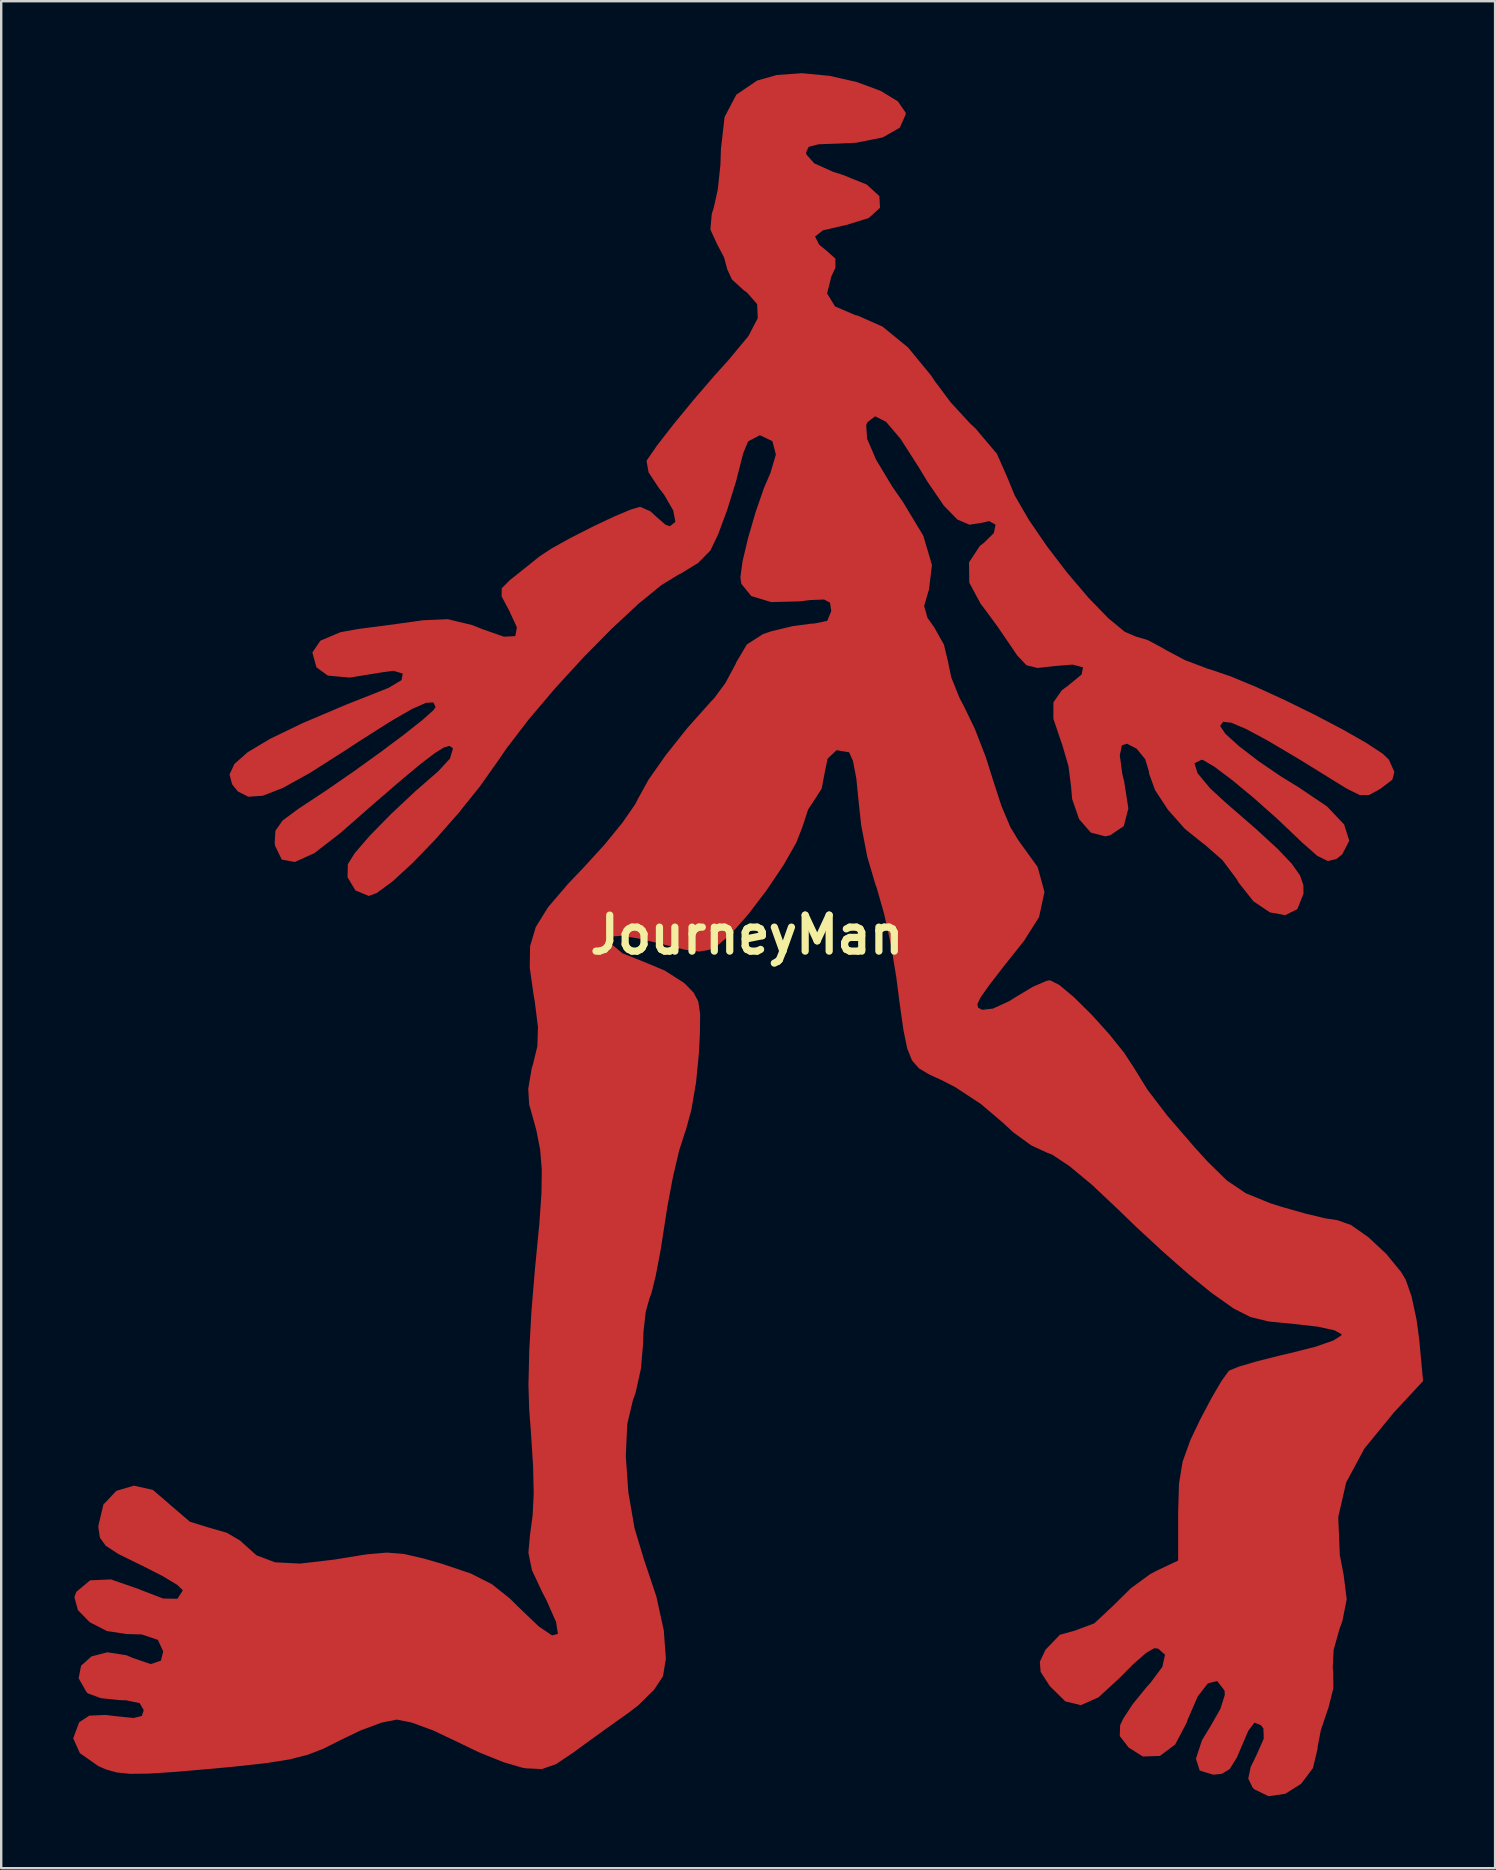
<source format=kicad_pcb>
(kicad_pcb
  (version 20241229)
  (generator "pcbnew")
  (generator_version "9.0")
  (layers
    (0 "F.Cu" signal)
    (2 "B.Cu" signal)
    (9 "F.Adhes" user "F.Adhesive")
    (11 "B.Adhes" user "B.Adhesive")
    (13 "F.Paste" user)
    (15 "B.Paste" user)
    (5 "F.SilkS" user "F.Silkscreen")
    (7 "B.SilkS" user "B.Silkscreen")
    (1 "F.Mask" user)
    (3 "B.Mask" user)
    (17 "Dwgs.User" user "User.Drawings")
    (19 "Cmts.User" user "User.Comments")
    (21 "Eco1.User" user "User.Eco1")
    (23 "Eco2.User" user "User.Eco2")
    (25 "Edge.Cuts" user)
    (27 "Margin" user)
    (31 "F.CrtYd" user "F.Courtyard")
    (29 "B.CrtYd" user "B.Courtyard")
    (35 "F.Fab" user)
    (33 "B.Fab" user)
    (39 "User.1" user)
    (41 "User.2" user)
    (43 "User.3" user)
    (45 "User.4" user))
  (footprint "JourneyMan"
    (layer "F.Cu")
    (at 28.069 35.901)
    (property "Reference" "JourneyMan" (at 0 0 0) (layer "F.SilkS") (effects (font (size 1.5 1.5) (thickness 0.3))))
    (attr board_only exclude_from_pos_files exclude_from_bom)
    (fp_poly (pts (xy 3.451 -35.79) (xy 4.584 -35.532) (xy 5.573 -35.165) (xy 6.291 -34.729) (xy 6.614 -34.26) (xy 6.62 -34.186) (xy 6.368 -33.628) (xy 5.657 -33.224) (xy 4.551 -33.003) (xy 3.831 -32.97) (xy 2.989 -32.94) (xy 2.572 -32.832) (xy 2.468 -32.606) (xy 2.48 -32.515) (xy 2.808 -32.144) (xy 3.602 -31.787) (xy 3.968 -31.675) (xy 4.993 -31.263) (xy 5.52 -30.781) (xy 5.547 -30.293) (xy 5.075 -29.866) (xy 4.1 -29.565) (xy 4.012 -29.55) (xy 3.167 -29.353) (xy 2.841 -29.096) (xy 3.014 -28.752) (xy 3.288 -28.533) (xy 3.688 -28.175) (xy 3.688 -27.792) (xy 3.522 -27.443) (xy 3.343 -26.723) (xy 3.674 -26.183) (xy 4.513 -25.824) (xy 4.619 -25.8) (xy 5.652 -25.343) (xy 6.715 -24.474) (xy 7.682 -23.296) (xy 7.818 -23.089) (xy 8.487 -22.192) (xy 9.296 -21.312) (xy 9.525 -21.1) (xy 10.418 -20.043) (xy 10.828 -19.115) (xy 11.161 -18.305) (xy 11.744 -17.299) (xy 12.501 -16.191) (xy 13.356 -15.075) (xy 14.232 -14.046) (xy 15.053 -13.198) (xy 15.743 -12.628) (xy 16.21 -12.428) (xy 16.699 -12.284) (xy 17.351 -11.935) (xy 17.429 -11.885) (xy 18.252 -11.447) (xy 19.201 -11.088) (xy 19.32 -11.054) (xy 20.142 -10.775) (xy 21.213 -10.331) (xy 22.424 -9.776) (xy 23.666 -9.166) (xy 24.83 -8.555) (xy 25.806 -7.999) (xy 26.485 -7.553) (xy 26.747 -7.303) (xy 26.979 -6.789) (xy 26.893 -6.464) (xy 26.421 -6.104) (xy 26.366 -6.068) (xy 25.923 -5.826) (xy 25.534 -5.826) (xy 24.993 -6.093) (xy 24.678 -6.287) (xy 22.994 -7.328) (xy 21.714 -8.086) (xy 20.79 -8.583) (xy 20.181 -8.839) (xy 19.841 -8.876) (xy 19.726 -8.717) (xy 19.726 -8.692) (xy 19.938 -8.375) (xy 20.502 -7.865) (xy 21.306 -7.247) (xy 22.239 -6.609) (xy 22.968 -6.162) (xy 24.172 -5.351) (xy 24.885 -4.598) (xy 25.099 -3.923) (xy 24.801 -3.346) (xy 24.554 -3.158) (xy 24.208 -3.075) (xy 23.767 -3.291) (xy 23.116 -3.865) (xy 23.04 -3.94) (xy 22.081 -4.85) (xy 21.103 -5.717) (xy 20.203 -6.462) (xy 19.474 -7.009) (xy 19.012 -7.28) (xy 18.94 -7.296) (xy 18.65 -7.149) (xy 18.776 -6.739) (xy 19.292 -6.115) (xy 19.914 -5.539) (xy 21.191 -4.431) (xy 22.101 -3.596) (xy 22.7 -2.967) (xy 23.043 -2.482) (xy 23.187 -2.075) (xy 23.191 -1.714) (xy 22.936 -1.073) (xy 22.435 -0.821) (xy 21.791 -0.937) (xy 21.108 -1.396) (xy 20.488 -2.178) (xy 20.407 -2.321) (xy 19.817 -3.112) (xy 19.058 -3.776) (xy 18.995 -3.817) (xy 18.249 -4.417) (xy 17.545 -5.211) (xy 17.006 -6.033) (xy 16.758 -6.719) (xy 16.753 -6.799) (xy 16.598 -7.316) (xy 16.241 -7.756) (xy 15.84 -7.965) (xy 15.625 -7.897) (xy 15.538 -7.486) (xy 15.639 -6.719) (xy 15.721 -6.382) (xy 15.894 -5.266) (xy 15.704 -4.531) (xy 15.14 -4.15) (xy 14.928 -4.105) (xy 14.33 -4.261) (xy 13.841 -4.824) (xy 13.552 -5.662) (xy 13.511 -6.149) (xy 13.401 -7.023) (xy 13.133 -7.945) (xy 13.105 -8.013) (xy 12.771 -9.002) (xy 12.771 -9.684) (xy 13.118 -10.186) (xy 13.376 -10.378) (xy 13.945 -10.845) (xy 14.006 -11.146) (xy 13.573 -11.261) (xy 12.856 -11.203) (xy 12.106 -11.12) (xy 11.65 -11.233) (xy 11.264 -11.641) (xy 10.978 -12.064) (xy 10.421 -12.878) (xy 9.874 -13.62) (xy 9.747 -13.781) (xy 9.267 -14.675) (xy 9.256 -15.52) (xy 9.71 -16.209) (xy 9.871 -16.329) (xy 10.29 -16.74) (xy 10.361 -17.092) (xy 10.096 -17.238) (xy 9.797 -17.171) (xy 9.275 -17.089) (xy 8.768 -17.306) (xy 8.209 -17.88) (xy 7.534 -18.866) (xy 7.173 -19.463) (xy 6.401 -20.669) (xy 5.796 -21.379) (xy 5.344 -21.606) (xy 5.028 -21.363) (xy 4.971 -21.236) (xy 5.008 -20.675) (xy 5.385 -19.793) (xy 6.071 -18.656) (xy 6.5 -18.041) (xy 7.351 -16.629) (xy 7.711 -15.411) (xy 7.585 -14.37) (xy 7.564 -14.316) (xy 7.386 -13.703) (xy 7.525 -13.209) (xy 7.808 -12.81) (xy 8.21 -12.092) (xy 8.38 -11.381) (xy 8.38 -11.38) (xy 8.515 -10.73) (xy 8.854 -9.886) (xy 9.068 -9.474) (xy 9.504 -8.569) (xy 9.953 -7.409) (xy 10.276 -6.389) (xy 10.609 -5.364) (xy 10.98 -4.485) (xy 11.309 -3.942) (xy 11.31 -3.941) (xy 12.114 -2.829) (xy 12.4 -1.787) (xy 12.174 -0.741) (xy 11.552 0.243) (xy 10.668 1.357) (xy 10.078 2.121) (xy 9.738 2.606) (xy 9.604 2.885) (xy 9.632 3.03) (xy 9.779 3.113) (xy 9.807 3.123) (xy 10.252 3.073) (xy 10.916 2.77) (xy 11.217 2.583) (xy 11.918 2.162) (xy 12.486 1.917) (xy 12.629 1.891) (xy 13.017 2.087) (xy 13.628 2.599) (xy 14.353 3.315) (xy 15.085 4.124) (xy 15.718 4.913) (xy 16.127 5.539) (xy 16.69 6.45) (xy 17.513 7.529) (xy 18.657 8.854) (xy 19.185 9.436) (xy 19.998 10.234) (xy 20.792 10.768) (xy 21.804 11.181) (xy 22.253 11.324) (xy 23.248 11.607) (xy 24.09 11.81) (xy 24.602 11.889) (xy 24.608 11.889) (xy 25.17 12.088) (xy 25.896 12.599) (xy 26.64 13.293) (xy 27.253 14.04) (xy 27.451 14.369) (xy 27.693 15.06) (xy 27.905 16.047) (xy 28.014 16.868) (xy 28.175 18.59) (xy 26.957 19.901) (xy 25.73 21.403) (xy 24.969 22.818) (xy 24.639 24.26) (xy 24.705 25.841) (xy 24.866 26.678) (xy 24.992 27.679) (xy 24.81 28.599) (xy 24.695 28.907) (xy 24.448 29.79) (xy 24.409 30.556) (xy 24.43 30.667) (xy 24.437 31.381) (xy 24.225 32.23) (xy 24.189 32.321) (xy 23.917 33.125) (xy 23.782 33.824) (xy 23.779 33.908) (xy 23.585 34.719) (xy 23.093 35.372) (xy 22.433 35.788) (xy 21.736 35.889) (xy 21.135 35.597) (xy 21.071 35.526) (xy 20.89 35.155) (xy 20.992 34.669) (xy 21.232 34.18) (xy 21.536 33.489) (xy 21.522 33.069) (xy 21.419 32.93) (xy 21.147 32.823) (xy 20.891 33.164) (xy 20.79 33.398) (xy 20.416 34.276) (xy 20.116 34.757) (xy 19.79 34.957) (xy 19.43 34.993) (xy 18.868 34.819) (xy 18.71 34.328) (xy 18.96 33.562) (xy 19.328 32.954) (xy 19.731 32.247) (xy 19.914 31.664) (xy 19.901 31.487) (xy 19.596 31.091) (xy 19.21 31.184) (xy 18.786 31.73) (xy 18.367 32.693) (xy 18.317 32.84) (xy 17.846 33.732) (xy 17.208 34.211) (xy 16.5 34.235) (xy 15.91 33.864) (xy 15.536 33.385) (xy 15.551 32.938) (xy 15.678 32.661) (xy 16.078 32.051) (xy 16.66 31.336) (xy 16.816 31.165) (xy 17.312 30.496) (xy 17.422 29.993) (xy 17.136 29.739) (xy 16.973 29.723) (xy 16.649 29.908) (xy 16.097 30.388) (xy 15.53 30.962) (xy 14.649 31.77) (xy 13.919 32.094) (xy 13.272 31.94) (xy 12.635 31.315) (xy 12.598 31.265) (xy 12.239 30.708) (xy 12.207 30.287) (xy 12.443 29.784) (xy 13.043 29.162) (xy 13.643 28.997) (xy 14.475 28.688) (xy 15.27 27.944) (xy 15.995 27.228) (xy 16.799 26.639) (xy 17.036 26.511) (xy 17.969 26.07) (xy 17.969 24.046) (xy 18.005 22.866) (xy 18.153 21.956) (xy 18.478 21.052) (xy 18.883 20.202) (xy 19.364 19.291) (xy 19.789 18.567) (xy 20.076 18.173) (xy 20.098 18.154) (xy 20.489 17.993) (xy 21.264 17.765) (xy 22.279 17.51) (xy 22.638 17.428) (xy 23.698 17.159) (xy 24.441 16.9) (xy 24.772 16.686) (xy 24.778 16.64) (xy 24.481 16.477) (xy 23.789 16.326) (xy 22.849 16.217) (xy 22.788 16.213) (xy 21.742 16.11) (xy 20.981 15.924) (xy 20.28 15.568) (xy 19.418 14.958) (xy 19.296 14.866) (xy 18.418 14.152) (xy 17.327 13.193) (xy 16.185 12.136) (xy 15.469 11.442) (xy 14.381 10.417) (xy 13.441 9.636) (xy 12.731 9.165) (xy 12.472 9.061) (xy 11.849 8.773) (xy 11.09 8.22) (xy 10.652 7.815) (xy 9.756 7.052) (xy 8.682 6.346) (xy 8.187 6.09) (xy 7.591 5.814) (xy 7.171 5.563) (xy 6.883 5.237) (xy 6.682 4.739) (xy 6.524 3.97) (xy 6.363 2.833) (xy 6.227 1.775) (xy 6.011 0.457) (xy 5.721 -0.867) (xy 5.411 -1.953) (xy 5.343 -2.143) (xy 5.017 -3.249) (xy 4.763 -4.566) (xy 4.657 -5.539) (xy 4.562 -6.503) (xy 4.421 -7.243) (xy 4.262 -7.603) (xy 4.256 -7.608) (xy 3.738 -7.694) (xy 3.362 -7.339) (xy 3.243 -6.759) (xy 3.115 -6.092) (xy 2.865 -5.698) (xy 2.551 -5.223) (xy 2.322 -4.519) (xy 2.321 -4.516) (xy 2.055 -3.833) (xy 1.521 -2.899) (xy 0.823 -1.861) (xy 0.063 -0.862) (xy -0.655 -0.048) (xy -1.177 0.405) (xy -1.576 0.625) (xy -1.99 0.697) (xy -2.581 0.62) (xy -3.513 0.391) (xy -3.612 0.365) (xy -4.527 0.15) (xy -5.225 0.042) (xy -5.557 0.062) (xy -5.557 0.063) (xy -5.615 0.406) (xy -5.183 0.77) (xy -4.31 1.117) (xy -4.302 1.119) (xy -3.419 1.49) (xy -2.645 1.984) (xy -2.547 2.069) (xy -2.216 2.412) (xy -2.025 2.776) (xy -1.948 3.301) (xy -1.957 4.128) (xy -1.999 4.928) (xy -2.117 6.138) (xy -2.312 7.285) (xy -2.546 8.147) (xy -2.583 8.241) (xy -2.823 8.991) (xy -3.082 10.092) (xy -3.319 11.359) (xy -3.414 11.978) (xy -3.6 13.169) (xy -3.797 14.197) (xy -3.973 14.917) (xy -4.055 15.136) (xy -4.212 15.693) (xy -4.309 16.542) (xy -4.323 17.014) (xy -4.412 18.062) (xy -4.636 19.077) (xy -4.751 19.396) (xy -4.986 20.391) (xy -5.045 21.723) (xy -4.939 23.223) (xy -4.681 24.72) (xy -4.282 26.046) (xy -4.28 26.051) (xy -3.771 27.569) (xy -3.462 28.981) (xy -3.375 30.16) (xy -3.496 30.894) (xy -3.871 31.458) (xy -4.526 32.102) (xy -4.921 32.407) (xy -5.888 33.093) (xy -6.909 33.833) (xy -7.208 34.054) (xy -7.957 34.555) (xy -8.542 34.757) (xy -9.192 34.728) (xy -9.37 34.698) (xy -10.148 34.469) (xy -11.163 34.06) (xy -12.114 33.601) (xy -13.084 33.143) (xy -13.975 32.818) (xy -14.586 32.696) (xy -15.22 32.823) (xy -16.109 33.154) (xy -16.928 33.549) (xy -17.627 33.901) (xy -18.289 34.16) (xy -19.041 34.353) (xy -20.008 34.508) (xy -21.315 34.652) (xy -22.293 34.744) (xy -23.824 34.876) (xy -24.924 34.948) (xy -25.698 34.956) (xy -26.253 34.9) (xy -26.695 34.776) (xy -27.021 34.634) (xy -27.792 34.094) (xy -28.069 33.474) (xy -27.828 32.827) (xy -27.802 32.795) (xy -27.401 32.534) (xy -26.727 32.502) (xy -26.294 32.554) (xy -25.553 32.63) (xy -25.208 32.545) (xy -25.13 32.307) (xy -25.299 32.011) (xy -25.868 31.892) (xy -26.157 31.885) (xy -26.913 31.804) (xy -27.453 31.606) (xy -27.508 31.561) (xy -27.843 30.976) (xy -27.741 30.451) (xy -27.307 30.064) (xy -26.642 29.892) (xy -25.851 30.015) (xy -25.607 30.12) (xy -24.838 30.385) (xy -24.414 30.239) (xy -24.319 29.859) (xy -24.539 29.376) (xy -25.212 29.149) (xy -25.843 29.132) (xy -26.661 29.008) (xy -27.379 28.641) (xy -27.873 28.136) (xy -28.019 27.598) (xy -27.939 27.375) (xy -27.366 26.894) (xy -26.498 26.856) (xy -25.328 27.261) (xy -25.264 27.292) (xy -24.321 27.652) (xy -23.726 27.663) (xy -23.509 27.323) (xy -23.509 27.301) (xy -23.735 27.083) (xy -24.332 26.722) (xy -25.176 26.292) (xy -25.265 26.25) (xy -26.187 25.797) (xy -26.716 25.451) (xy -26.958 25.113) (xy -27.021 24.685) (xy -27.021 24.623) (xy -26.811 23.737) (xy -26.272 23.166) (xy -25.539 22.95) (xy -24.749 23.127) (xy -24.036 23.739) (xy -24.028 23.749) (xy -23.208 24.452) (xy -22.434 24.692) (xy -21.664 24.914) (xy -21.098 25.248) (xy -21.044 25.304) (xy -20.433 25.852) (xy -19.661 26.143) (xy -18.618 26.197) (xy -17.196 26.031) (xy -16.956 25.991) (xy -15.821 25.808) (xy -15 25.739) (xy -14.28 25.797) (xy -13.444 25.991) (xy -12.7 26.206) (xy -11.497 26.612) (xy -10.624 27.056) (xy -9.875 27.652) (xy -9.53 27.995) (xy -8.673 28.814) (xy -8.118 29.189) (xy -7.874 29.126) (xy -7.95 28.631) (xy -8.356 27.711) (xy -8.533 27.373) (xy -8.956 26.469) (xy -9.103 25.744) (xy -9.036 24.995) (xy -8.926 24.188) (xy -8.882 23.286) (xy -8.906 22.161) (xy -8.999 20.688) (xy -9.069 19.802) (xy -9.101 18.76) (xy -9.068 17.336) (xy -8.976 15.684) (xy -8.833 13.961) (xy -8.81 13.723) (xy -8.648 12.042) (xy -8.558 10.772) (xy -8.545 9.783) (xy -8.614 8.951) (xy -8.77 8.147) (xy -9.019 7.246) (xy -9.071 7.073) (xy -9.11 6.414) (xy -8.968 5.575) (xy -8.91 5.384) (xy -8.729 4.639) (xy -8.704 3.845) (xy -8.836 2.791) (xy -8.888 2.488) (xy -9.047 1.366) (xy -9.033 0.47) (xy -8.795 -0.326) (xy -8.284 -1.15) (xy -7.448 -2.128) (xy -6.764 -2.846) (xy -5.913 -3.779) (xy -5.175 -4.687) (xy -4.662 -5.428) (xy -4.526 -5.69) (xy -4.092 -6.473) (xy -3.374 -7.495) (xy -2.478 -8.62) (xy -1.506 -9.71) (xy -1.36 -9.863) (xy -0.899 -10.485) (xy -0.471 -11.283) (xy -0.435 -11.369) (xy 0.001 -12.101) (xy 0.667 -12.529) (xy 1.028 -12.652) (xy 1.904 -12.862) (xy 2.692 -12.967) (xy 2.801 -12.97) (xy 3.347 -13.082) (xy 3.512 -13.481) (xy 3.513 -13.52) (xy 3.462 -13.842) (xy 3.218 -13.972) (xy 2.645 -13.95) (xy 2.2 -13.895) (xy 1.012 -13.865) (xy 0.183 -14.116) (xy -0.232 -14.627) (xy -0.27 -14.897) (xy -0.181 -15.562) (xy 0.05 -16.534) (xy 0.365 -17.615) (xy 0.709 -18.611) (xy 0.978 -19.236) (xy 1.209 -20.01) (xy 1.063 -20.569) (xy 0.573 -20.805) (xy 0.517 -20.806) (xy 0.05 -20.56) (xy -0.154 -20.063) (xy -0.455 -18.885) (xy -0.825 -17.693) (xy -1.204 -16.671) (xy -1.522 -16.012) (xy -2.028 -15.498) (xy -2.759 -15.049) (xy -2.849 -15.009) (xy -3.558 -14.575) (xy -4.512 -13.797) (xy -5.626 -12.76) (xy -6.818 -11.552) (xy -8.003 -10.258) (xy -9.099 -8.964) (xy -10.023 -7.757) (xy -10.362 -7.261) (xy -11.127 -6.181) (xy -12.03 -5.055) (xy -12.99 -3.965) (xy -13.928 -2.994) (xy -14.764 -2.226) (xy -15.419 -1.745) (xy -15.751 -1.621) (xy -16.311 -1.852) (xy -16.638 -2.399) (xy -16.627 -2.944) (xy -16.334 -3.411) (xy -15.709 -4.134) (xy -14.837 -5.024) (xy -13.804 -5.993) (xy -12.859 -6.816) (xy -12.373 -7.342) (xy -12.249 -7.749) (xy -12.268 -7.794) (xy -12.39 -7.872) (xy -12.619 -7.81) (xy -13.005 -7.571) (xy -13.599 -7.116) (xy -14.449 -6.408) (xy -15.606 -5.409) (xy -16.94 -4.24) (xy -18.022 -3.403) (xy -18.835 -3.036) (xy -19.379 -3.137) (xy -19.656 -3.706) (xy -19.675 -3.836) (xy -19.644 -4.336) (xy -19.346 -4.762) (xy -18.676 -5.259) (xy -18.594 -5.312) (xy -17.496 -6.038) (xy -16.352 -6.829) (xy -15.249 -7.623) (xy -14.275 -8.352) (xy -13.516 -8.953) (xy -13.061 -9.359) (xy -12.97 -9.489) (xy -13.062 -9.684) (xy -13.371 -9.667) (xy -13.947 -9.413) (xy -14.839 -8.899) (xy -16.098 -8.1) (xy -16.734 -7.684) (xy -18.216 -6.741) (xy -19.341 -6.118) (xy -20.173 -5.796) (xy -20.775 -5.755) (xy -21.211 -5.977) (xy -21.446 -6.27) (xy -21.555 -6.682) (xy -21.351 -7.121) (xy -20.8 -7.609) (xy -19.865 -8.168) (xy -18.512 -8.821) (xy -16.704 -9.588) (xy -14.929 -10.291) (xy -14.388 -10.614) (xy -14.338 -10.888) (xy -14.733 -11.002) (xy -15.199 -10.939) (xy -16.546 -10.719) (xy -17.461 -10.802) (xy -17.934 -11.146) (xy -18.105 -11.766) (xy -17.766 -12.259) (xy -16.937 -12.609) (xy -16.185 -12.745) (xy -15.063 -12.89) (xy -13.923 -13.047) (xy -13.511 -13.107) (xy -12.458 -13.152) (xy -11.44 -12.906) (xy -11.019 -12.737) (xy -10.125 -12.423) (xy -9.65 -12.446) (xy -9.583 -12.811) (xy -9.912 -13.528) (xy -9.915 -13.532) (xy -10.219 -14.102) (xy -10.215 -14.441) (xy -9.871 -14.784) (xy -9.728 -14.898) (xy -9.103 -15.395) (xy -8.631 -15.775) (xy -8.137 -16.099) (xy -7.359 -16.531) (xy -6.448 -16.995) (xy -5.557 -17.417) (xy -4.838 -17.721) (xy -4.448 -17.834) (xy -4.014 -17.645) (xy -3.783 -17.429) (xy -3.393 -17.089) (xy -3.209 -17.023) (xy -2.978 -17.208) (xy -3.07 -17.686) (xy -3.452 -18.344) (xy -3.667 -18.618) (xy -4.095 -19.267) (xy -4.18 -19.741) (xy -4.159 -19.788) (xy -3.745 -20.386) (xy -3.07 -21.256) (xy -2.237 -22.27) (xy -1.35 -23.301) (xy -0.752 -23.965) (xy 0.066 -24.95) (xy 0.454 -25.697) (xy 0.428 -26.28) (xy 0.001 -26.766) (xy -0.135 -26.861) (xy -0.621 -27.306) (xy -0.811 -27.713) (xy -0.952 -28.229) (xy -1.244 -28.783) (xy -1.521 -29.39) (xy -1.463 -30.036) (xy -1.379 -30.3) (xy -1.212 -31.056) (xy -1.103 -32.076) (xy -1.081 -32.748) (xy -0.928 -34.076) (xy -0.44 -35.006) (xy 0.425 -35.594) (xy 1.25 -35.827) (xy 2.298 -35.901)) (stroke (width 0) (type solid)) (fill yes) (layer "F.Cu")))
  (gr_rect
    (start -3 -3)
    (end 59.244 74.79)
    (stroke (width 0.1) (type default))
    (fill no)
    (layer "Edge.Cuts")))
</source>
